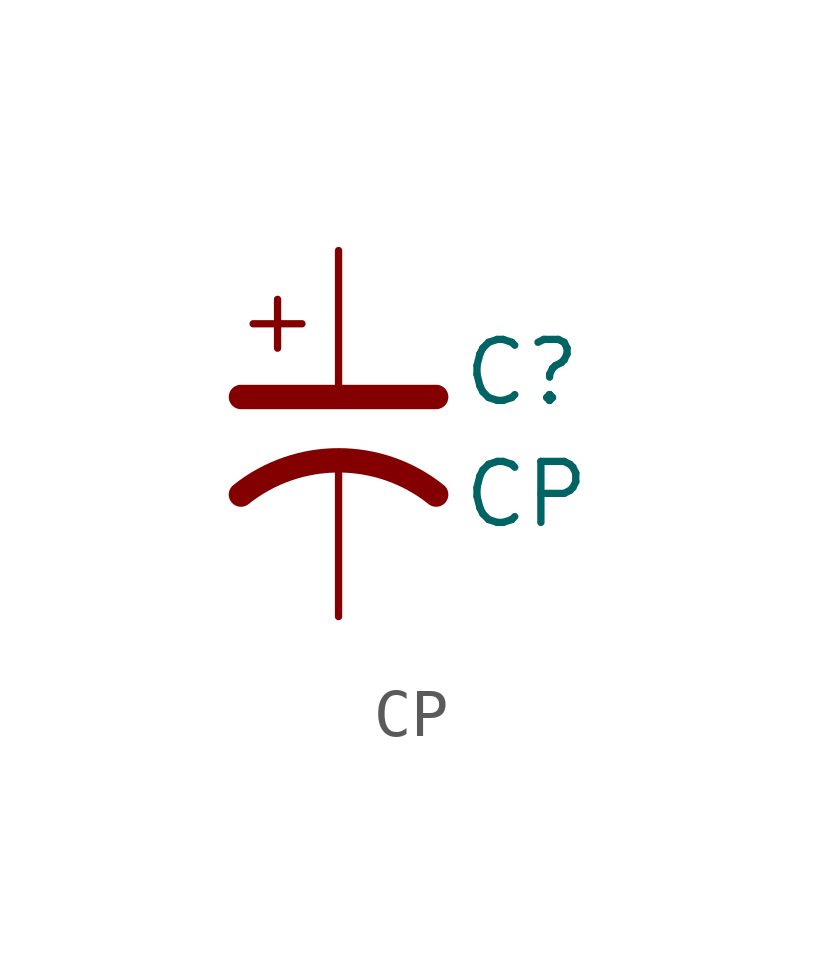
<source format=kicad_sym>
(kicad_symbol_lib
  (version 20211014)
  (generator kicad_symbol_editor)
  (symbol "CP"
    (pin_numbers hide)
    (pin_names
      (offset 1.016))
    (property "Reference" "C"
      (at 2.54 1.27 0)
      (effects (font (size 1.27 1.27)) (justify left)))
    (property "Value" "CP"
      (at 2.54 -1.27 0)
      (effects (font (size 1.27 1.27)) (justify left)))
    (symbol "CP_1_1"
      (polyline (pts (xy -2.032 0.762) (xy 2.032 0.762)) (stroke (width 0.508) (type default) (color 0 0 0 0)) (fill (type none)))
      (polyline (pts (xy -1.778 2.286) (xy -0.762 2.286)) (stroke (width 0) (type default) (color 0 0 0 0)) (fill (type none)))
      (polyline (pts (xy -1.27 1.778) (xy -1.27 2.794)) (stroke (width 0) (type default) (color 0 0 0 0)) (fill (type none)))
      (arc (start 2.032 -1.27) (mid 0 -0.5572) (end -2.032 -1.27) (stroke (width 0.508) (type default) (color 0 0 0 0)) (fill (type none)))
      (pin passive line (at 0 3.81 270) (length 2.794) (name "~" (effects (font (size 1.016 1.016)))) (number "1" (effects (font (size 1.016 1.016)))))
      (pin passive line (at 0 -3.81 90) (length 3.302) (name "~" (effects (font (size 1.016 1.016)))) (number "2" (effects (font (size 1.016 1.016))))))))
</source>
